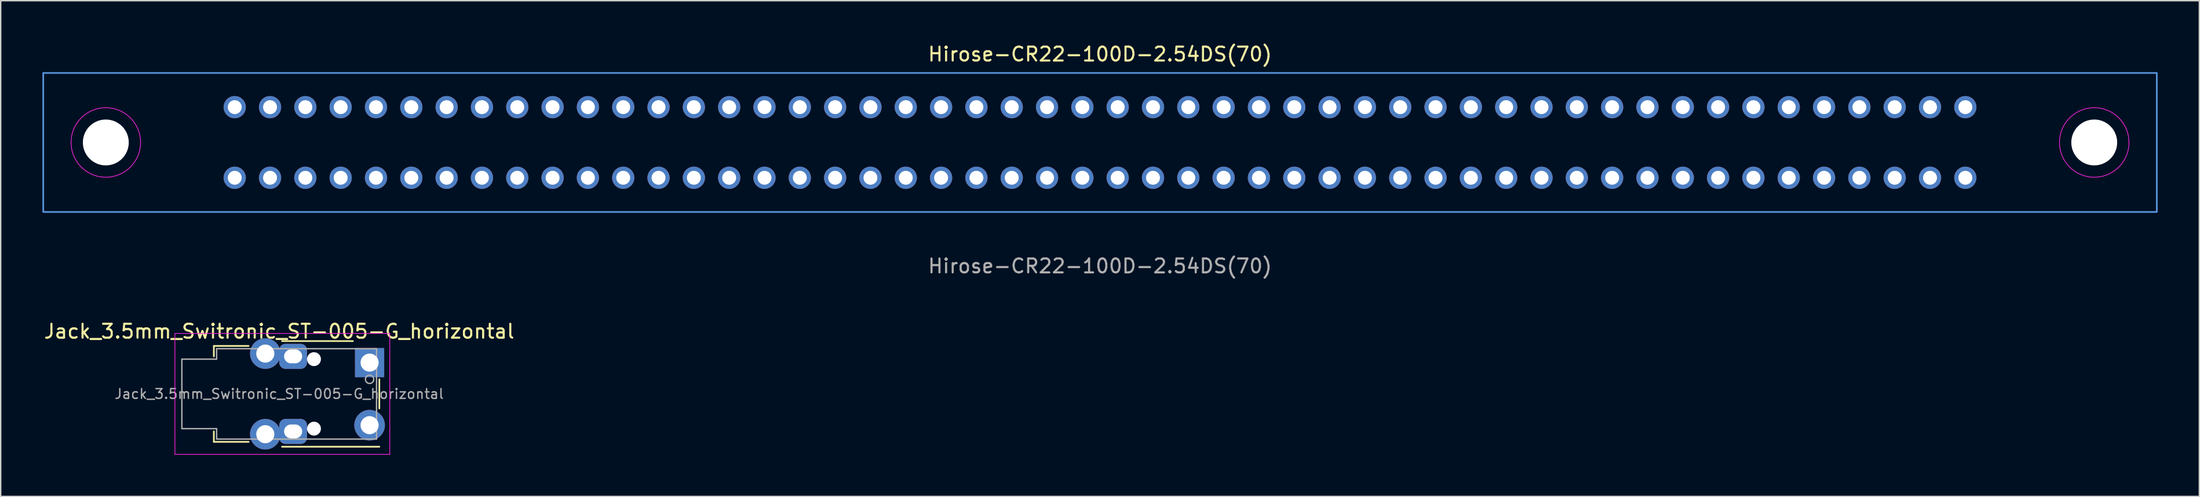
<source format=kicad_pcb>
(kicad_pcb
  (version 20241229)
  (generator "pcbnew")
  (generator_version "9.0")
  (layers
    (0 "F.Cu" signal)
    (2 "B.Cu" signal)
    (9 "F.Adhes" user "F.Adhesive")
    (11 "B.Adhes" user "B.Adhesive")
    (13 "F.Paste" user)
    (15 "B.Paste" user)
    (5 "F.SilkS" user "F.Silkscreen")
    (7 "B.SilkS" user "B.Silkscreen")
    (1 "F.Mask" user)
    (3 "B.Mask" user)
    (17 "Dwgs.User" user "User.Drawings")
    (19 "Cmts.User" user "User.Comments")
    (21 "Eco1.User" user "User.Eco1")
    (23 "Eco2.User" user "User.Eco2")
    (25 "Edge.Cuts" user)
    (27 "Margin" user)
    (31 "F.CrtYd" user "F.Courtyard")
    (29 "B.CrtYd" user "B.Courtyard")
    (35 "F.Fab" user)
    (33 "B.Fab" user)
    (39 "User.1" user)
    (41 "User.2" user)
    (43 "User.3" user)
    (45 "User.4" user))
  (footprint "Hirose-CR22-100D-2.54DS(70)"
    (layer "F.Cu")
    (at 76.06 7.198)
    (property "Reference" "Hirose-CR22-100D-2.54DS(70)" (at 0 -6.35 0) (unlocked yes) (layer "F.SilkS") (effects (font (size 1 1) (thickness 0.15))))
    (attr through_hole)
    (fp_rect (start -76 -5) (end 76 5) (stroke (width 0.12) (type solid)) (fill no) (layer "Cmts.User"))
    (fp_circle (center -71.5 0) (end -69 0) (stroke (width 0.05) (type solid)) (fill no) (layer "F.CrtYd"))
    (fp_circle (center 71.5 0) (end 74 0) (stroke (width 0.05) (type solid)) (fill no) (layer "F.CrtYd"))
    (fp_text user "${REFERENCE}" (at 0 8.89 0) (unlocked yes) (layer "F.Fab") (effects (font (size 1 1) (thickness 0.15))))
    (pad "" np_thru_hole circle (at -71.5 0) (size 3.3 3.3) (drill 3.3) (layers "*.Cu" "*.Mask"))
    (pad "" np_thru_hole circle (at 71.5 0) (size 3.3 3.3) (drill 3.3) (layers "*.Cu" "*.Mask"))
    (pad "A1" thru_hole circle (at -62.23 -2.54) (size 1.6 1.6) (drill 1) (layers "*.Cu" "*.Mask"))
    (pad "A2" thru_hole circle (at -59.69 -2.54) (size 1.6 1.6) (drill 1) (layers "*.Cu" "*.Mask"))
    (pad "A3" thru_hole circle (at -57.15 -2.54) (size 1.6 1.6) (drill 1) (layers "*.Cu" "*.Mask"))
    (pad "A4" thru_hole circle (at -54.61 -2.54) (size 1.6 1.6) (drill 1) (layers "*.Cu" "*.Mask"))
    (pad "A5" thru_hole circle (at -52.07 -2.54) (size 1.6 1.6) (drill 1) (layers "*.Cu" "*.Mask"))
    (pad "A6" thru_hole circle (at -49.53 -2.54) (size 1.6 1.6) (drill 1) (layers "*.Cu" "*.Mask"))
    (pad "A7" thru_hole circle (at -46.99 -2.54) (size 1.6 1.6) (drill 1) (layers "*.Cu" "*.Mask"))
    (pad "A8" thru_hole circle (at -44.45 -2.54) (size 1.6 1.6) (drill 1) (layers "*.Cu" "*.Mask"))
    (pad "A9" thru_hole circle (at -41.91 -2.54) (size 1.6 1.6) (drill 1) (layers "*.Cu" "*.Mask"))
    (pad "A10" thru_hole circle (at -39.37 -2.54) (size 1.6 1.6) (drill 1) (layers "*.Cu" "*.Mask"))
    (pad "A11" thru_hole circle (at -36.83 -2.54) (size 1.6 1.6) (drill 1) (layers "*.Cu" "*.Mask"))
    (pad "A12" thru_hole circle (at -34.29 -2.54) (size 1.6 1.6) (drill 1) (layers "*.Cu" "*.Mask"))
    (pad "A13" thru_hole circle (at -31.75 -2.54) (size 1.6 1.6) (drill 1) (layers "*.Cu" "*.Mask"))
    (pad "A14" thru_hole circle (at -29.21 -2.54) (size 1.6 1.6) (drill 1) (layers "*.Cu" "*.Mask"))
    (pad "A15" thru_hole circle (at -26.67 -2.54) (size 1.6 1.6) (drill 1) (layers "*.Cu" "*.Mask"))
    (pad "A16" thru_hole circle (at -24.13 -2.54) (size 1.6 1.6) (drill 1) (layers "*.Cu" "*.Mask"))
    (pad "A17" thru_hole circle (at -21.59 -2.54) (size 1.6 1.6) (drill 1) (layers "*.Cu" "*.Mask"))
    (pad "A18" thru_hole circle (at -19.05 -2.54) (size 1.6 1.6) (drill 1) (layers "*.Cu" "*.Mask"))
    (pad "A19" thru_hole circle (at -16.51 -2.54) (size 1.6 1.6) (drill 1) (layers "*.Cu" "*.Mask"))
    (pad "A20" thru_hole circle (at -13.97 -2.54) (size 1.6 1.6) (drill 1) (layers "*.Cu" "*.Mask"))
    (pad "A21" thru_hole circle (at -11.43 -2.54) (size 1.6 1.6) (drill 1) (layers "*.Cu" "*.Mask"))
    (pad "A22" thru_hole circle (at -8.89 -2.54) (size 1.6 1.6) (drill 1) (layers "*.Cu" "*.Mask"))
    (pad "A23" thru_hole circle (at -6.35 -2.54) (size 1.6 1.6) (drill 1) (layers "*.Cu" "*.Mask"))
    (pad "A24" thru_hole circle (at -3.81 -2.54) (size 1.6 1.6) (drill 1) (layers "*.Cu" "*.Mask"))
    (pad "A25" thru_hole circle (at -1.27 -2.54) (size 1.6 1.6) (drill 1) (layers "*.Cu" "*.Mask"))
    (pad "A26" thru_hole circle (at 1.27 -2.54) (size 1.6 1.6) (drill 1) (layers "*.Cu" "*.Mask"))
    (pad "A27" thru_hole circle (at 3.81 -2.54) (size 1.6 1.6) (drill 1) (layers "*.Cu" "*.Mask"))
    (pad "A28" thru_hole circle (at 6.35 -2.54) (size 1.6 1.6) (drill 1) (layers "*.Cu" "*.Mask"))
    (pad "A29" thru_hole circle (at 8.89 -2.54) (size 1.6 1.6) (drill 1) (layers "*.Cu" "*.Mask"))
    (pad "A30" thru_hole circle (at 11.43 -2.54) (size 1.6 1.6) (drill 1) (layers "*.Cu" "*.Mask"))
    (pad "A31" thru_hole circle (at 13.97 -2.54) (size 1.6 1.6) (drill 1) (layers "*.Cu" "*.Mask"))
    (pad "A32" thru_hole circle (at 16.51 -2.54) (size 1.6 1.6) (drill 1) (layers "*.Cu" "*.Mask"))
    (pad "A33" thru_hole circle (at 19.05 -2.54) (size 1.6 1.6) (drill 1) (layers "*.Cu" "*.Mask"))
    (pad "A34" thru_hole circle (at 21.59 -2.54) (size 1.6 1.6) (drill 1) (layers "*.Cu" "*.Mask"))
    (pad "A35" thru_hole circle (at 24.13 -2.54) (size 1.6 1.6) (drill 1) (layers "*.Cu" "*.Mask"))
    (pad "A36" thru_hole circle (at 26.67 -2.54) (size 1.6 1.6) (drill 1) (layers "*.Cu" "*.Mask"))
    (pad "A37" thru_hole circle (at 29.21 -2.54) (size 1.6 1.6) (drill 1) (layers "*.Cu" "*.Mask"))
    (pad "A38" thru_hole circle (at 31.75 -2.54) (size 1.6 1.6) (drill 1) (layers "*.Cu" "*.Mask"))
    (pad "A39" thru_hole circle (at 34.29 -2.54) (size 1.6 1.6) (drill 1) (layers "*.Cu" "*.Mask"))
    (pad "A40" thru_hole circle (at 36.83 -2.54) (size 1.6 1.6) (drill 1) (layers "*.Cu" "*.Mask"))
    (pad "A41" thru_hole circle (at 39.37 -2.54) (size 1.6 1.6) (drill 1) (layers "*.Cu" "*.Mask"))
    (pad "A42" thru_hole circle (at 41.91 -2.54) (size 1.6 1.6) (drill 1) (layers "*.Cu" "*.Mask"))
    (pad "A43" thru_hole circle (at 44.45 -2.54) (size 1.6 1.6) (drill 1) (layers "*.Cu" "*.Mask"))
    (pad "A44" thru_hole circle (at 46.99 -2.54) (size 1.6 1.6) (drill 1) (layers "*.Cu" "*.Mask"))
    (pad "A45" thru_hole circle (at 49.53 -2.54) (size 1.6 1.6) (drill 1) (layers "*.Cu" "*.Mask"))
    (pad "A46" thru_hole circle (at 52.07 -2.54) (size 1.6 1.6) (drill 1) (layers "*.Cu" "*.Mask"))
    (pad "A47" thru_hole circle (at 54.61 -2.54) (size 1.6 1.6) (drill 1) (layers "*.Cu" "*.Mask"))
    (pad "A48" thru_hole circle (at 57.15 -2.54) (size 1.6 1.6) (drill 1) (layers "*.Cu" "*.Mask"))
    (pad "A49" thru_hole circle (at 59.69 -2.54) (size 1.6 1.6) (drill 1) (layers "*.Cu" "*.Mask"))
    (pad "A50" thru_hole circle (at 62.23 -2.54) (size 1.6 1.6) (drill 1) (layers "*.Cu" "*.Mask"))
    (pad "B1" thru_hole circle (at -62.23 2.54) (size 1.6 1.6) (drill 1) (layers "*.Cu" "*.Mask"))
    (pad "B2" thru_hole circle (at -59.69 2.54) (size 1.6 1.6) (drill 1) (layers "*.Cu" "*.Mask"))
    (pad "B3" thru_hole circle (at -57.15 2.54) (size 1.6 1.6) (drill 1) (layers "*.Cu" "*.Mask"))
    (pad "B4" thru_hole circle (at -54.61 2.54) (size 1.6 1.6) (drill 1) (layers "*.Cu" "*.Mask"))
    (pad "B5" thru_hole circle (at -52.07 2.54) (size 1.6 1.6) (drill 1) (layers "*.Cu" "*.Mask"))
    (pad "B6" thru_hole circle (at -49.53 2.54) (size 1.6 1.6) (drill 1) (layers "*.Cu" "*.Mask"))
    (pad "B7" thru_hole circle (at -46.99 2.54) (size 1.6 1.6) (drill 1) (layers "*.Cu" "*.Mask"))
    (pad "B8" thru_hole circle (at -44.45 2.54) (size 1.6 1.6) (drill 1) (layers "*.Cu" "*.Mask"))
    (pad "B9" thru_hole circle (at -41.91 2.54) (size 1.6 1.6) (drill 1) (layers "*.Cu" "*.Mask"))
    (pad "B10" thru_hole circle (at -39.37 2.54) (size 1.6 1.6) (drill 1) (layers "*.Cu" "*.Mask"))
    (pad "B11" thru_hole circle (at -36.83 2.54) (size 1.6 1.6) (drill 1) (layers "*.Cu" "*.Mask"))
    (pad "B12" thru_hole circle (at -34.29 2.54) (size 1.6 1.6) (drill 1) (layers "*.Cu" "*.Mask"))
    (pad "B13" thru_hole circle (at -31.75 2.54) (size 1.6 1.6) (drill 1) (layers "*.Cu" "*.Mask"))
    (pad "B14" thru_hole circle (at -29.21 2.54) (size 1.6 1.6) (drill 1) (layers "*.Cu" "*.Mask"))
    (pad "B15" thru_hole circle (at -26.67 2.54) (size 1.6 1.6) (drill 1) (layers "*.Cu" "*.Mask"))
    (pad "B16" thru_hole circle (at -24.13 2.54) (size 1.6 1.6) (drill 1) (layers "*.Cu" "*.Mask"))
    (pad "B17" thru_hole circle (at -21.59 2.54) (size 1.6 1.6) (drill 1) (layers "*.Cu" "*.Mask"))
    (pad "B18" thru_hole circle (at -19.05 2.54) (size 1.6 1.6) (drill 1) (layers "*.Cu" "*.Mask"))
    (pad "B19" thru_hole circle (at -16.51 2.54) (size 1.6 1.6) (drill 1) (layers "*.Cu" "*.Mask"))
    (pad "B20" thru_hole circle (at -13.97 2.54) (size 1.6 1.6) (drill 1) (layers "*.Cu" "*.Mask"))
    (pad "B21" thru_hole circle (at -11.43 2.54) (size 1.6 1.6) (drill 1) (layers "*.Cu" "*.Mask"))
    (pad "B22" thru_hole circle (at -8.89 2.54) (size 1.6 1.6) (drill 1) (layers "*.Cu" "*.Mask"))
    (pad "B23" thru_hole circle (at -6.35 2.54) (size 1.6 1.6) (drill 1) (layers "*.Cu" "*.Mask"))
    (pad "B24" thru_hole circle (at -3.81 2.54) (size 1.6 1.6) (drill 1) (layers "*.Cu" "*.Mask"))
    (pad "B25" thru_hole circle (at -1.27 2.54) (size 1.6 1.6) (drill 1) (layers "*.Cu" "*.Mask"))
    (pad "B26" thru_hole circle (at 1.27 2.54) (size 1.6 1.6) (drill 1) (layers "*.Cu" "*.Mask"))
    (pad "B27" thru_hole circle (at 3.81 2.54) (size 1.6 1.6) (drill 1) (layers "*.Cu" "*.Mask"))
    (pad "B28" thru_hole circle (at 6.35 2.54) (size 1.6 1.6) (drill 1) (layers "*.Cu" "*.Mask"))
    (pad "B29" thru_hole circle (at 8.89 2.54) (size 1.6 1.6) (drill 1) (layers "*.Cu" "*.Mask"))
    (pad "B30" thru_hole circle (at 11.43 2.54) (size 1.6 1.6) (drill 1) (layers "*.Cu" "*.Mask"))
    (pad "B31" thru_hole circle (at 13.97 2.54) (size 1.6 1.6) (drill 1) (layers "*.Cu" "*.Mask"))
    (pad "B32" thru_hole circle (at 16.51 2.54) (size 1.6 1.6) (drill 1) (layers "*.Cu" "*.Mask"))
    (pad "B33" thru_hole circle (at 19.05 2.54) (size 1.6 1.6) (drill 1) (layers "*.Cu" "*.Mask"))
    (pad "B34" thru_hole circle (at 21.59 2.54) (size 1.6 1.6) (drill 1) (layers "*.Cu" "*.Mask"))
    (pad "B35" thru_hole circle (at 24.13 2.54) (size 1.6 1.6) (drill 1) (layers "*.Cu" "*.Mask"))
    (pad "B36" thru_hole circle (at 26.67 2.54) (size 1.6 1.6) (drill 1) (layers "*.Cu" "*.Mask"))
    (pad "B37" thru_hole circle (at 29.21 2.54) (size 1.6 1.6) (drill 1) (layers "*.Cu" "*.Mask"))
    (pad "B38" thru_hole circle (at 31.75 2.54) (size 1.6 1.6) (drill 1) (layers "*.Cu" "*.Mask"))
    (pad "B39" thru_hole circle (at 34.29 2.54) (size 1.6 1.6) (drill 1) (layers "*.Cu" "*.Mask"))
    (pad "B40" thru_hole circle (at 36.83 2.54) (size 1.6 1.6) (drill 1) (layers "*.Cu" "*.Mask"))
    (pad "B41" thru_hole circle (at 39.37 2.54) (size 1.6 1.6) (drill 1) (layers "*.Cu" "*.Mask"))
    (pad "B42" thru_hole circle (at 41.91 2.54) (size 1.6 1.6) (drill 1) (layers "*.Cu" "*.Mask"))
    (pad "B43" thru_hole circle (at 44.45 2.54) (size 1.6 1.6) (drill 1) (layers "*.Cu" "*.Mask"))
    (pad "B44" thru_hole circle (at 46.99 2.54) (size 1.6 1.6) (drill 1) (layers "*.Cu" "*.Mask"))
    (pad "B45" thru_hole circle (at 49.53 2.54) (size 1.6 1.6) (drill 1) (layers "*.Cu" "*.Mask"))
    (pad "B46" thru_hole circle (at 52.07 2.54) (size 1.6 1.6) (drill 1) (layers "*.Cu" "*.Mask"))
    (pad "B47" thru_hole circle (at 54.61 2.54) (size 1.6 1.6) (drill 1) (layers "*.Cu" "*.Mask"))
    (pad "B48" thru_hole circle (at 57.15 2.54) (size 1.6 1.6) (drill 1) (layers "*.Cu" "*.Mask"))
    (pad "B49" thru_hole circle (at 59.69 2.54) (size 1.6 1.6) (drill 1) (layers "*.Cu" "*.Mask"))
    (pad "B50" thru_hole circle (at 62.23 2.54) (size 1.6 1.6) (drill 1) (layers "*.Cu" "*.Mask")))
  (footprint "Jack_3.5mm_Switronic_ST-005-G_horizontal"
    (layer "F.Cu")
    (at 17.03 25.285)
    (property "Reference" "Jack_3.5mm_Switronic_ST-005-G_horizontal" (at 0 -4.5 0) (layer "F.SilkS") (effects (font (size 1 1) (thickness 0.15))))
    (attr through_hole)
    (fp_line (start -4.7 -3.45) (end -2.2 -3.45) (stroke (width 0.12) (type solid)) (layer "F.SilkS"))
    (fp_line (start -4.7 -2.7) (end -4.7 -3.45) (stroke (width 0.12) (type solid)) (layer "F.SilkS"))
    (fp_line (start -4.7 3.45) (end -4.7 2.7) (stroke (width 0.12) (type solid)) (layer "F.SilkS"))
    (fp_line (start -2.2 3.45) (end -4.7 3.45) (stroke (width 0.12) (type solid)) (layer "F.SilkS"))
    (fp_line (start 0.2 -3.8) (end 5.3 -3.8) (stroke (width 0.12) (type solid)) (layer "F.SilkS"))
    (fp_line (start 0.2 3.8) (end 7.2 3.8) (stroke (width 0.12) (type solid)) (layer "F.SilkS"))
    (fp_line (start 7.2 -1.05) (end 7.2 1.05) (stroke (width 0.12) (type solid)) (layer "F.SilkS"))
    (fp_line (start -7.5 -4.35) (end -7.5 4.35) (stroke (width 0.05) (type solid)) (layer "F.CrtYd"))
    (fp_line (start -7.5 4.35) (end 7.95 4.35) (stroke (width 0.05) (type solid)) (layer "F.CrtYd"))
    (fp_line (start 7.95 -4.35) (end -7.5 -4.35) (stroke (width 0.05) (type solid)) (layer "F.CrtYd"))
    (fp_line (start 7.95 4.35) (end 7.95 -4.35) (stroke (width 0.05) (type solid)) (layer "F.CrtYd"))
    (fp_line (start -7 -2.5) (end -4.5 -2.5) (stroke (width 0.1) (type solid)) (layer "F.Fab"))
    (fp_line (start -7 2.5) (end -7 -2.5) (stroke (width 0.1) (type solid)) (layer "F.Fab"))
    (fp_line (start -4.5 -3.25) (end 7 -3.25) (stroke (width 0.1) (type solid)) (layer "F.Fab"))
    (fp_line (start -4.5 -2.5) (end -4.5 -3.25) (stroke (width 0.1) (type solid)) (layer "F.Fab"))
    (fp_line (start -4.5 2.5) (end -7 2.5) (stroke (width 0.1) (type solid)) (layer "F.Fab"))
    (fp_line (start -4.5 3.25) (end -4.5 2.5) (stroke (width 0.1) (type solid)) (layer "F.Fab"))
    (fp_line (start 7 -3.25) (end 7 3.25) (stroke (width 0.1) (type solid)) (layer "F.Fab"))
    (fp_line (start 7 3.25) (end -4.5 3.25) (stroke (width 0.1) (type solid)) (layer "F.Fab"))
    (fp_circle (center 6.5 -1.05) (end 6.8 -1.05) (stroke (width 0.1) (type solid)) (fill no) (layer "F.Fab"))
    (fp_text user "${REFERENCE}" (at 0 0 0) (layer "F.Fab") (effects (font (size 0.7 0.7) (thickness 0.1))))
    (pad "" np_thru_hole circle (at 2.5 -2.5) (size 1 1) (drill 1) (layers "*.Cu" "*.Mask"))
    (pad "" np_thru_hole circle (at 2.5 2.5) (size 1 1) (drill 1) (layers "*.Cu" "*.Mask"))
    (pad "R" thru_hole rect (at 6.5 -2.25) (size 2.1 2.1) (drill 1.3) (layers "*.Cu" "*.Mask"))
    (pad "S" thru_hole circle (at 6.5 2.25) (size 2.2 2.2) (drill 1.3) (layers "*.Cu" "*.Mask"))
    (pad "T" thru_hole circle (at -1 -2.9) (size 2.2 2.2) (drill 1.3) (layers "*.Cu" "*.Mask"))
    (pad "T" thru_hole circle (at -1 2.9) (size 2.2 2.2) (drill 1.3) (layers "*.Cu" "*.Mask"))
    (pad "T" thru_hole roundrect (at 1 -2.7) (size 2 1.8) (drill oval 1.3 1) (layers "*.Cu" "*.Mask") (roundrect_rratio 0.25))
    (pad "T" thru_hole roundrect (at 1 2.7) (size 2 1.8) (drill oval 1.3 1) (layers "*.Cu" "*.Mask") (roundrect_rratio 0.25)))
  (gr_rect
    (start -3 -3)
    (end 155.12 32.66)
    (stroke (width 0.1) (type default))
    (fill no)
    (layer "Edge.Cuts")))
</source>
